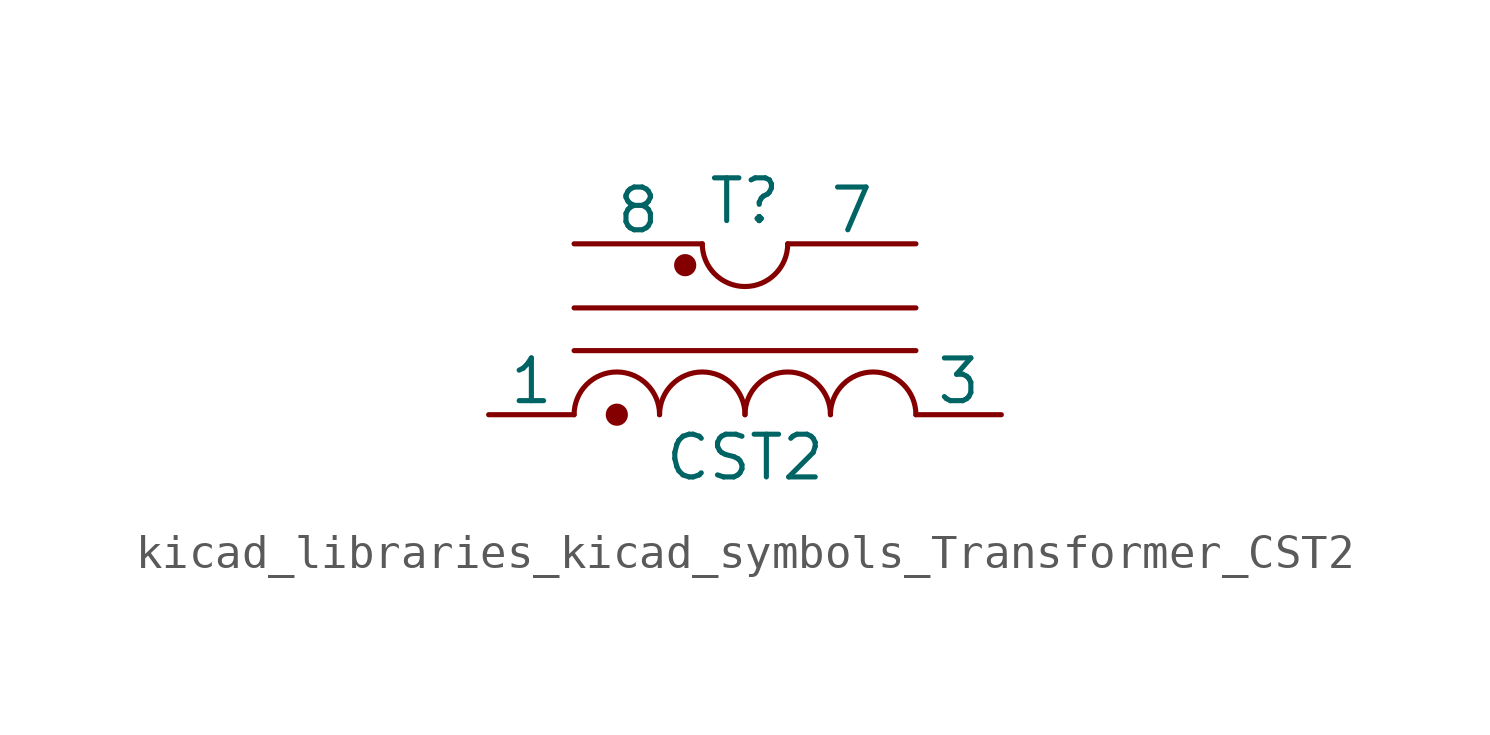
<source format=kicad_sym>
(kicad_symbol_lib
  (version 20220914)
  (generator kicad_symbol_editor)
  (symbol "kicad_libraries_kicad_symbols_Transformer_CST2"
    (pin_numbers hide)
    (pin_names
      (offset 0))
    (property "Reference" "T"
      (at 0 6.35 0)
      (effects (font (size 1.27 1.27))))
    (property "Value" "CST2"
      (at 0 -1.27 0)
      (effects (font (size 1.27 1.27))))
    (property "ki_locked" ""
      (at 0 0 0)
      (effects (font (size 1.27 1.27))))
    (symbol "kicad_libraries_kicad_symbols_Transformer_CST2_0_1"
      (circle (center -3.81 0) (radius 0.254) (stroke (width 0) (type default)) (fill (type outline)))
      (arc (start -2.54 0) (mid -3.81 1.2645) (end -5.08 0) (stroke (width 0) (type default)) (fill (type none)))
      (circle (center -1.778 4.445) (radius 0.254) (stroke (width 0) (type default)) (fill (type outline)))
      (arc (start -1.27 5.08) (mid 0 3.8155) (end 1.27 5.08) (stroke (width 0) (type default)) (fill (type none)))
      (arc (start 0 0) (mid -1.27 1.2645) (end -2.54 0) (stroke (width 0) (type default)) (fill (type none)))
      (polyline (pts (xy -5.08 1.905) (xy 5.08 1.905)) (stroke (width 0) (type default)) (fill (type none)))
      (polyline (pts (xy -5.08 3.175) (xy 5.08 3.175)) (stroke (width 0) (type default)) (fill (type none)))
      (arc (start 2.54 0) (mid 1.27 1.2645) (end 0 0) (stroke (width 0) (type default)) (fill (type none)))
      (arc (start 5.08 0) (mid 3.81 1.2645) (end 2.54 0) (stroke (width 0) (type default)) (fill (type none)))
      (pin passive line (at -7.62 0 0) (length 2.54) (name "1" (effects (font (size 1.27 1.27)))) (number "1" (effects (font (size 1.27 1.27)))))
      (pin passive line (at 7.62 0 180) (length 2.54) (name "3" (effects (font (size 1.27 1.27)))) (number "3" (effects (font (size 1.27 1.27)))))
      (pin passive line (at 5.08 5.08 180) (length 3.81) (name "7" (effects (font (size 1.27 1.27)))) (number "7" (effects (font (size 1.27 1.27)))))
      (pin passive line (at -5.08 5.08 0) (length 3.81) (name "8" (effects (font (size 1.27 1.27)))) (number "8" (effects (font (size 1.27 1.27))))))
    (symbol "kicad_libraries_kicad_symbols_Transformer_CST2_1_1"
      (pin no_connect line (at -2.54 0 0) (length 2.54) hide (name "2" (effects (font (size 1.27 1.27)))) (number "2" (effects (font (size 1.27 1.27)))))
      (pin no_connect line (at 2.54 0 180) (length 2.54) hide (name "4" (effects (font (size 1.27 1.27)))) (number "4" (effects (font (size 1.27 1.27)))))
      (pin no_connect line (at -2.54 5.08 0) (length 2.54) hide (name "5" (effects (font (size 1.27 1.27)))) (number "5" (effects (font (size 1.27 1.27)))))
      (pin no_connect line (at 2.54 5.08 180) (length 2.54) hide (name "6" (effects (font (size 1.27 1.27)))) (number "6" (effects (font (size 1.27 1.27))))))))
</source>
